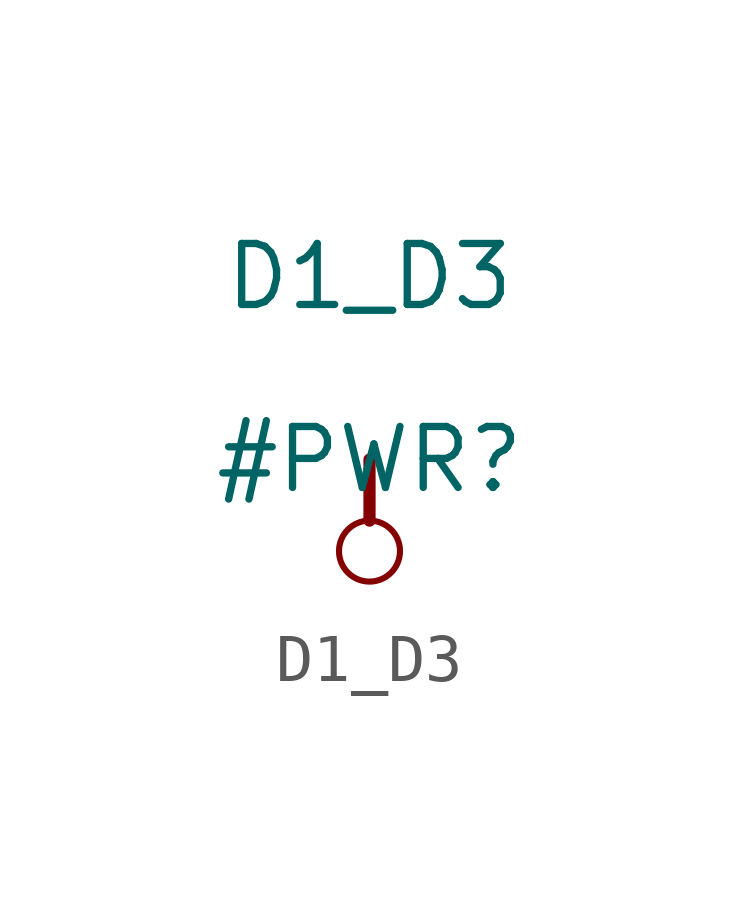
<source format=kicad_sym>
(kicad_symbol_lib
  (version 20211014)
  (generator kicad_symbol_editor)
  (symbol "D1_D3"
    (power)
    (property "Reference" "#PWR"
      (at 0 0 0)
      (effects (font (size 1.27 1.27))))
    (property "Value" "D1_D3"
      (at 0 3.81 0)
      (effects (font (size 1.27 1.27))))
    (symbol "D1_D3_0_0"
      (circle (center 0 -1.905) (radius 0.635) (stroke (width 0.127) (type default) (color 0 0 0 0)) (fill (type none)))
      (polyline (pts (xy 0 0) (xy 0 -1.27)) (stroke (width 0.254) (type default) (color 0 0 0 0)) (fill (type none)))
      (pin power_in line (at 0 0 0) (length 0) hide (name "D1_D3" (effects (font (size 1.27 1.27)))) (number "" (effects (font (size 1.27 1.27))))))))
</source>
